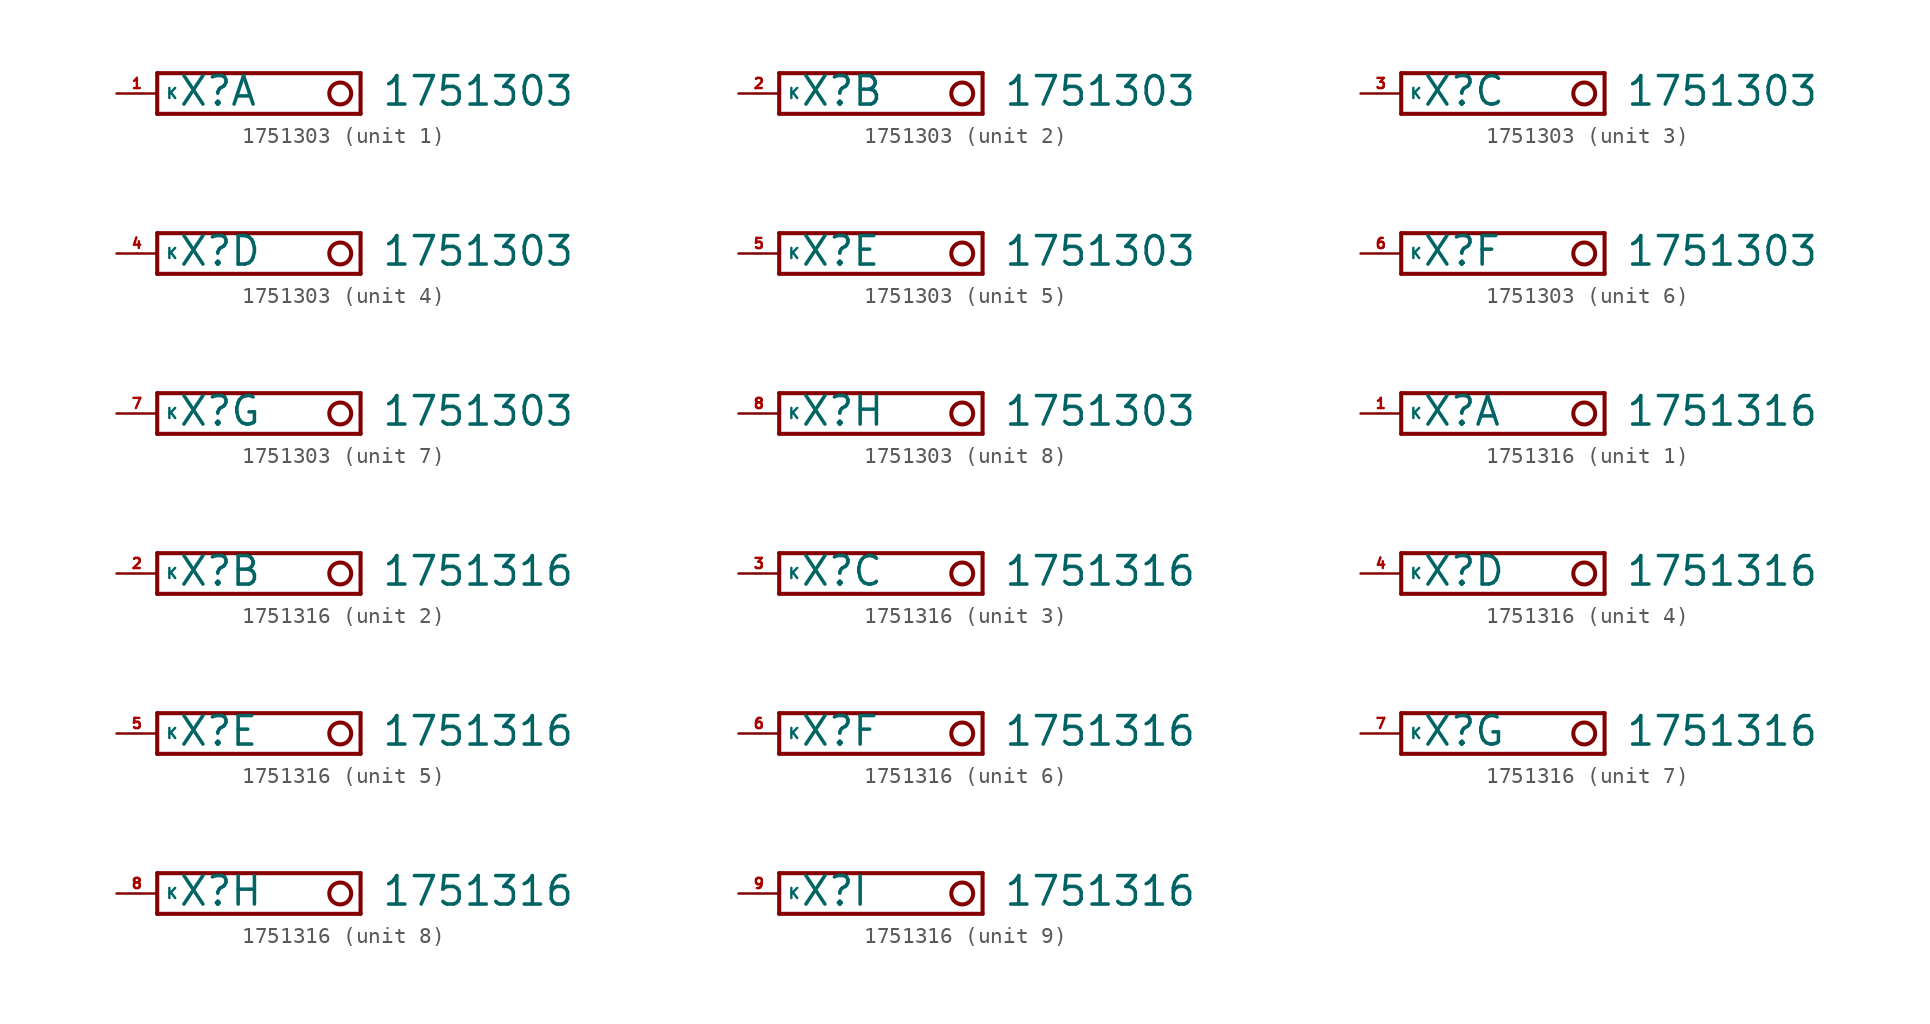
<source format=kicad_sym>
(kicad_symbol_lib
  (version 20220914)
  (generator Eagle2Kicad)
  (symbol "1751303"
    (property "Reference" "X"
      (at 1.27 -0.889 0)
      (effects (font (size 1.778 1.778) (thickness 0.22)) (justify left bottom)))
    (property "Value" "1751303"
      (at 13.97 -0.889 0)
      (effects (font (size 1.778 1.778) (thickness 0.22)) (justify left bottom)))
    (symbol "1751303_1_0"
      (polyline (pts (xy 0 -1.27) (xy 0 1.27)) (stroke (width 0.254) (type default)) (fill (type none)))
      (polyline (pts (xy 12.7 -1.27) (xy 0 -1.27)) (stroke (width 0.254) (type default)) (fill (type none)))
      (polyline (pts (xy 12.7 -1.27) (xy 12.7 1.27)) (stroke (width 0.254) (type default)) (fill (type none)))
      (polyline (pts (xy 0 1.27) (xy 12.7 1.27)) (stroke (width 0.254) (type default)) (fill (type none)))
      (circle (center 11.43 0) (radius 0.684) (stroke (width 0.254) (type default)) (fill (type none)))
      (pin passive line (at -2.54 0 0) (length 2.54) (name "K" (effects (font (size 0.635 0.635) (thickness 0.08)) (justify left bottom))) (number "1" (effects (font (size 0.635 0.635) (thickness 0.08)) (justify left bottom)))))
    (symbol "1751303_2_0"
      (polyline (pts (xy 0 -1.27) (xy 0 1.27)) (stroke (width 0.254) (type default)) (fill (type none)))
      (polyline (pts (xy 12.7 -1.27) (xy 0 -1.27)) (stroke (width 0.254) (type default)) (fill (type none)))
      (polyline (pts (xy 12.7 -1.27) (xy 12.7 1.27)) (stroke (width 0.254) (type default)) (fill (type none)))
      (polyline (pts (xy 0 1.27) (xy 12.7 1.27)) (stroke (width 0.254) (type default)) (fill (type none)))
      (circle (center 11.43 0) (radius 0.684) (stroke (width 0.254) (type default)) (fill (type none)))
      (pin passive line (at -2.54 0 0) (length 2.54) (name "K" (effects (font (size 0.635 0.635) (thickness 0.08)) (justify left bottom))) (number "2" (effects (font (size 0.635 0.635) (thickness 0.08)) (justify left bottom)))))
    (symbol "1751303_3_0"
      (polyline (pts (xy 0 -1.27) (xy 0 1.27)) (stroke (width 0.254) (type default)) (fill (type none)))
      (polyline (pts (xy 12.7 -1.27) (xy 0 -1.27)) (stroke (width 0.254) (type default)) (fill (type none)))
      (polyline (pts (xy 12.7 -1.27) (xy 12.7 1.27)) (stroke (width 0.254) (type default)) (fill (type none)))
      (polyline (pts (xy 0 1.27) (xy 12.7 1.27)) (stroke (width 0.254) (type default)) (fill (type none)))
      (circle (center 11.43 0) (radius 0.684) (stroke (width 0.254) (type default)) (fill (type none)))
      (pin passive line (at -2.54 0 0) (length 2.54) (name "K" (effects (font (size 0.635 0.635) (thickness 0.08)) (justify left bottom))) (number "3" (effects (font (size 0.635 0.635) (thickness 0.08)) (justify left bottom)))))
    (symbol "1751303_4_0"
      (polyline (pts (xy 0 -1.27) (xy 0 1.27)) (stroke (width 0.254) (type default)) (fill (type none)))
      (polyline (pts (xy 12.7 -1.27) (xy 0 -1.27)) (stroke (width 0.254) (type default)) (fill (type none)))
      (polyline (pts (xy 12.7 -1.27) (xy 12.7 1.27)) (stroke (width 0.254) (type default)) (fill (type none)))
      (polyline (pts (xy 0 1.27) (xy 12.7 1.27)) (stroke (width 0.254) (type default)) (fill (type none)))
      (circle (center 11.43 0) (radius 0.684) (stroke (width 0.254) (type default)) (fill (type none)))
      (pin passive line (at -2.54 0 0) (length 2.54) (name "K" (effects (font (size 0.635 0.635) (thickness 0.08)) (justify left bottom))) (number "4" (effects (font (size 0.635 0.635) (thickness 0.08)) (justify left bottom)))))
    (symbol "1751303_5_0"
      (polyline (pts (xy 0 -1.27) (xy 0 1.27)) (stroke (width 0.254) (type default)) (fill (type none)))
      (polyline (pts (xy 12.7 -1.27) (xy 0 -1.27)) (stroke (width 0.254) (type default)) (fill (type none)))
      (polyline (pts (xy 12.7 -1.27) (xy 12.7 1.27)) (stroke (width 0.254) (type default)) (fill (type none)))
      (polyline (pts (xy 0 1.27) (xy 12.7 1.27)) (stroke (width 0.254) (type default)) (fill (type none)))
      (circle (center 11.43 0) (radius 0.684) (stroke (width 0.254) (type default)) (fill (type none)))
      (pin passive line (at -2.54 0 0) (length 2.54) (name "K" (effects (font (size 0.635 0.635) (thickness 0.08)) (justify left bottom))) (number "5" (effects (font (size 0.635 0.635) (thickness 0.08)) (justify left bottom)))))
    (symbol "1751303_6_0"
      (polyline (pts (xy 0 -1.27) (xy 0 1.27)) (stroke (width 0.254) (type default)) (fill (type none)))
      (polyline (pts (xy 12.7 -1.27) (xy 0 -1.27)) (stroke (width 0.254) (type default)) (fill (type none)))
      (polyline (pts (xy 12.7 -1.27) (xy 12.7 1.27)) (stroke (width 0.254) (type default)) (fill (type none)))
      (polyline (pts (xy 0 1.27) (xy 12.7 1.27)) (stroke (width 0.254) (type default)) (fill (type none)))
      (circle (center 11.43 0) (radius 0.684) (stroke (width 0.254) (type default)) (fill (type none)))
      (pin passive line (at -2.54 0 0) (length 2.54) (name "K" (effects (font (size 0.635 0.635) (thickness 0.08)) (justify left bottom))) (number "6" (effects (font (size 0.635 0.635) (thickness 0.08)) (justify left bottom)))))
    (symbol "1751303_7_0"
      (polyline (pts (xy 0 -1.27) (xy 0 1.27)) (stroke (width 0.254) (type default)) (fill (type none)))
      (polyline (pts (xy 12.7 -1.27) (xy 0 -1.27)) (stroke (width 0.254) (type default)) (fill (type none)))
      (polyline (pts (xy 12.7 -1.27) (xy 12.7 1.27)) (stroke (width 0.254) (type default)) (fill (type none)))
      (polyline (pts (xy 0 1.27) (xy 12.7 1.27)) (stroke (width 0.254) (type default)) (fill (type none)))
      (circle (center 11.43 0) (radius 0.684) (stroke (width 0.254) (type default)) (fill (type none)))
      (pin passive line (at -2.54 0 0) (length 2.54) (name "K" (effects (font (size 0.635 0.635) (thickness 0.08)) (justify left bottom))) (number "7" (effects (font (size 0.635 0.635) (thickness 0.08)) (justify left bottom)))))
    (symbol "1751303_8_0"
      (polyline (pts (xy 0 -1.27) (xy 0 1.27)) (stroke (width 0.254) (type default)) (fill (type none)))
      (polyline (pts (xy 12.7 -1.27) (xy 0 -1.27)) (stroke (width 0.254) (type default)) (fill (type none)))
      (polyline (pts (xy 12.7 -1.27) (xy 12.7 1.27)) (stroke (width 0.254) (type default)) (fill (type none)))
      (polyline (pts (xy 0 1.27) (xy 12.7 1.27)) (stroke (width 0.254) (type default)) (fill (type none)))
      (circle (center 11.43 0) (radius 0.684) (stroke (width 0.254) (type default)) (fill (type none)))
      (pin passive line (at -2.54 0 0) (length 2.54) (name "K" (effects (font (size 0.635 0.635) (thickness 0.08)) (justify left bottom))) (number "8" (effects (font (size 0.635 0.635) (thickness 0.08)) (justify left bottom))))))
  (symbol "1751316"
    (property "Reference" "X"
      (at 1.27 -0.889 0)
      (effects (font (size 1.778 1.778) (thickness 0.22)) (justify left bottom)))
    (property "Value" "1751316"
      (at 13.97 -0.889 0)
      (effects (font (size 1.778 1.778) (thickness 0.22)) (justify left bottom)))
    (symbol "1751316_1_0"
      (polyline (pts (xy 0 -1.27) (xy 0 1.27)) (stroke (width 0.254) (type default)) (fill (type none)))
      (polyline (pts (xy 12.7 -1.27) (xy 0 -1.27)) (stroke (width 0.254) (type default)) (fill (type none)))
      (polyline (pts (xy 12.7 -1.27) (xy 12.7 1.27)) (stroke (width 0.254) (type default)) (fill (type none)))
      (polyline (pts (xy 0 1.27) (xy 12.7 1.27)) (stroke (width 0.254) (type default)) (fill (type none)))
      (circle (center 11.43 0) (radius 0.684) (stroke (width 0.254) (type default)) (fill (type none)))
      (pin passive line (at -2.54 0 0) (length 2.54) (name "K" (effects (font (size 0.635 0.635) (thickness 0.08)) (justify left bottom))) (number "1" (effects (font (size 0.635 0.635) (thickness 0.08)) (justify left bottom)))))
    (symbol "1751316_2_0"
      (polyline (pts (xy 0 -1.27) (xy 0 1.27)) (stroke (width 0.254) (type default)) (fill (type none)))
      (polyline (pts (xy 12.7 -1.27) (xy 0 -1.27)) (stroke (width 0.254) (type default)) (fill (type none)))
      (polyline (pts (xy 12.7 -1.27) (xy 12.7 1.27)) (stroke (width 0.254) (type default)) (fill (type none)))
      (polyline (pts (xy 0 1.27) (xy 12.7 1.27)) (stroke (width 0.254) (type default)) (fill (type none)))
      (circle (center 11.43 0) (radius 0.684) (stroke (width 0.254) (type default)) (fill (type none)))
      (pin passive line (at -2.54 0 0) (length 2.54) (name "K" (effects (font (size 0.635 0.635) (thickness 0.08)) (justify left bottom))) (number "2" (effects (font (size 0.635 0.635) (thickness 0.08)) (justify left bottom)))))
    (symbol "1751316_3_0"
      (polyline (pts (xy 0 -1.27) (xy 0 1.27)) (stroke (width 0.254) (type default)) (fill (type none)))
      (polyline (pts (xy 12.7 -1.27) (xy 0 -1.27)) (stroke (width 0.254) (type default)) (fill (type none)))
      (polyline (pts (xy 12.7 -1.27) (xy 12.7 1.27)) (stroke (width 0.254) (type default)) (fill (type none)))
      (polyline (pts (xy 0 1.27) (xy 12.7 1.27)) (stroke (width 0.254) (type default)) (fill (type none)))
      (circle (center 11.43 0) (radius 0.684) (stroke (width 0.254) (type default)) (fill (type none)))
      (pin passive line (at -2.54 0 0) (length 2.54) (name "K" (effects (font (size 0.635 0.635) (thickness 0.08)) (justify left bottom))) (number "3" (effects (font (size 0.635 0.635) (thickness 0.08)) (justify left bottom)))))
    (symbol "1751316_4_0"
      (polyline (pts (xy 0 -1.27) (xy 0 1.27)) (stroke (width 0.254) (type default)) (fill (type none)))
      (polyline (pts (xy 12.7 -1.27) (xy 0 -1.27)) (stroke (width 0.254) (type default)) (fill (type none)))
      (polyline (pts (xy 12.7 -1.27) (xy 12.7 1.27)) (stroke (width 0.254) (type default)) (fill (type none)))
      (polyline (pts (xy 0 1.27) (xy 12.7 1.27)) (stroke (width 0.254) (type default)) (fill (type none)))
      (circle (center 11.43 0) (radius 0.684) (stroke (width 0.254) (type default)) (fill (type none)))
      (pin passive line (at -2.54 0 0) (length 2.54) (name "K" (effects (font (size 0.635 0.635) (thickness 0.08)) (justify left bottom))) (number "4" (effects (font (size 0.635 0.635) (thickness 0.08)) (justify left bottom)))))
    (symbol "1751316_5_0"
      (polyline (pts (xy 0 -1.27) (xy 0 1.27)) (stroke (width 0.254) (type default)) (fill (type none)))
      (polyline (pts (xy 12.7 -1.27) (xy 0 -1.27)) (stroke (width 0.254) (type default)) (fill (type none)))
      (polyline (pts (xy 12.7 -1.27) (xy 12.7 1.27)) (stroke (width 0.254) (type default)) (fill (type none)))
      (polyline (pts (xy 0 1.27) (xy 12.7 1.27)) (stroke (width 0.254) (type default)) (fill (type none)))
      (circle (center 11.43 0) (radius 0.684) (stroke (width 0.254) (type default)) (fill (type none)))
      (pin passive line (at -2.54 0 0) (length 2.54) (name "K" (effects (font (size 0.635 0.635) (thickness 0.08)) (justify left bottom))) (number "5" (effects (font (size 0.635 0.635) (thickness 0.08)) (justify left bottom)))))
    (symbol "1751316_6_0"
      (polyline (pts (xy 0 -1.27) (xy 0 1.27)) (stroke (width 0.254) (type default)) (fill (type none)))
      (polyline (pts (xy 12.7 -1.27) (xy 0 -1.27)) (stroke (width 0.254) (type default)) (fill (type none)))
      (polyline (pts (xy 12.7 -1.27) (xy 12.7 1.27)) (stroke (width 0.254) (type default)) (fill (type none)))
      (polyline (pts (xy 0 1.27) (xy 12.7 1.27)) (stroke (width 0.254) (type default)) (fill (type none)))
      (circle (center 11.43 0) (radius 0.684) (stroke (width 0.254) (type default)) (fill (type none)))
      (pin passive line (at -2.54 0 0) (length 2.54) (name "K" (effects (font (size 0.635 0.635) (thickness 0.08)) (justify left bottom))) (number "6" (effects (font (size 0.635 0.635) (thickness 0.08)) (justify left bottom)))))
    (symbol "1751316_7_0"
      (polyline (pts (xy 0 -1.27) (xy 0 1.27)) (stroke (width 0.254) (type default)) (fill (type none)))
      (polyline (pts (xy 12.7 -1.27) (xy 0 -1.27)) (stroke (width 0.254) (type default)) (fill (type none)))
      (polyline (pts (xy 12.7 -1.27) (xy 12.7 1.27)) (stroke (width 0.254) (type default)) (fill (type none)))
      (polyline (pts (xy 0 1.27) (xy 12.7 1.27)) (stroke (width 0.254) (type default)) (fill (type none)))
      (circle (center 11.43 0) (radius 0.684) (stroke (width 0.254) (type default)) (fill (type none)))
      (pin passive line (at -2.54 0 0) (length 2.54) (name "K" (effects (font (size 0.635 0.635) (thickness 0.08)) (justify left bottom))) (number "7" (effects (font (size 0.635 0.635) (thickness 0.08)) (justify left bottom)))))
    (symbol "1751316_8_0"
      (polyline (pts (xy 0 -1.27) (xy 0 1.27)) (stroke (width 0.254) (type default)) (fill (type none)))
      (polyline (pts (xy 12.7 -1.27) (xy 0 -1.27)) (stroke (width 0.254) (type default)) (fill (type none)))
      (polyline (pts (xy 12.7 -1.27) (xy 12.7 1.27)) (stroke (width 0.254) (type default)) (fill (type none)))
      (polyline (pts (xy 0 1.27) (xy 12.7 1.27)) (stroke (width 0.254) (type default)) (fill (type none)))
      (circle (center 11.43 0) (radius 0.684) (stroke (width 0.254) (type default)) (fill (type none)))
      (pin passive line (at -2.54 0 0) (length 2.54) (name "K" (effects (font (size 0.635 0.635) (thickness 0.08)) (justify left bottom))) (number "8" (effects (font (size 0.635 0.635) (thickness 0.08)) (justify left bottom)))))
    (symbol "1751316_9_0"
      (polyline (pts (xy 0 -1.27) (xy 0 1.27)) (stroke (width 0.254) (type default)) (fill (type none)))
      (polyline (pts (xy 12.7 -1.27) (xy 0 -1.27)) (stroke (width 0.254) (type default)) (fill (type none)))
      (polyline (pts (xy 12.7 -1.27) (xy 12.7 1.27)) (stroke (width 0.254) (type default)) (fill (type none)))
      (polyline (pts (xy 0 1.27) (xy 12.7 1.27)) (stroke (width 0.254) (type default)) (fill (type none)))
      (circle (center 11.43 0) (radius 0.684) (stroke (width 0.254) (type default)) (fill (type none)))
      (pin passive line (at -2.54 0 0) (length 2.54) (name "K" (effects (font (size 0.635 0.635) (thickness 0.08)) (justify left bottom))) (number "9" (effects (font (size 0.635 0.635) (thickness 0.08)) (justify left bottom)))))))
</source>
